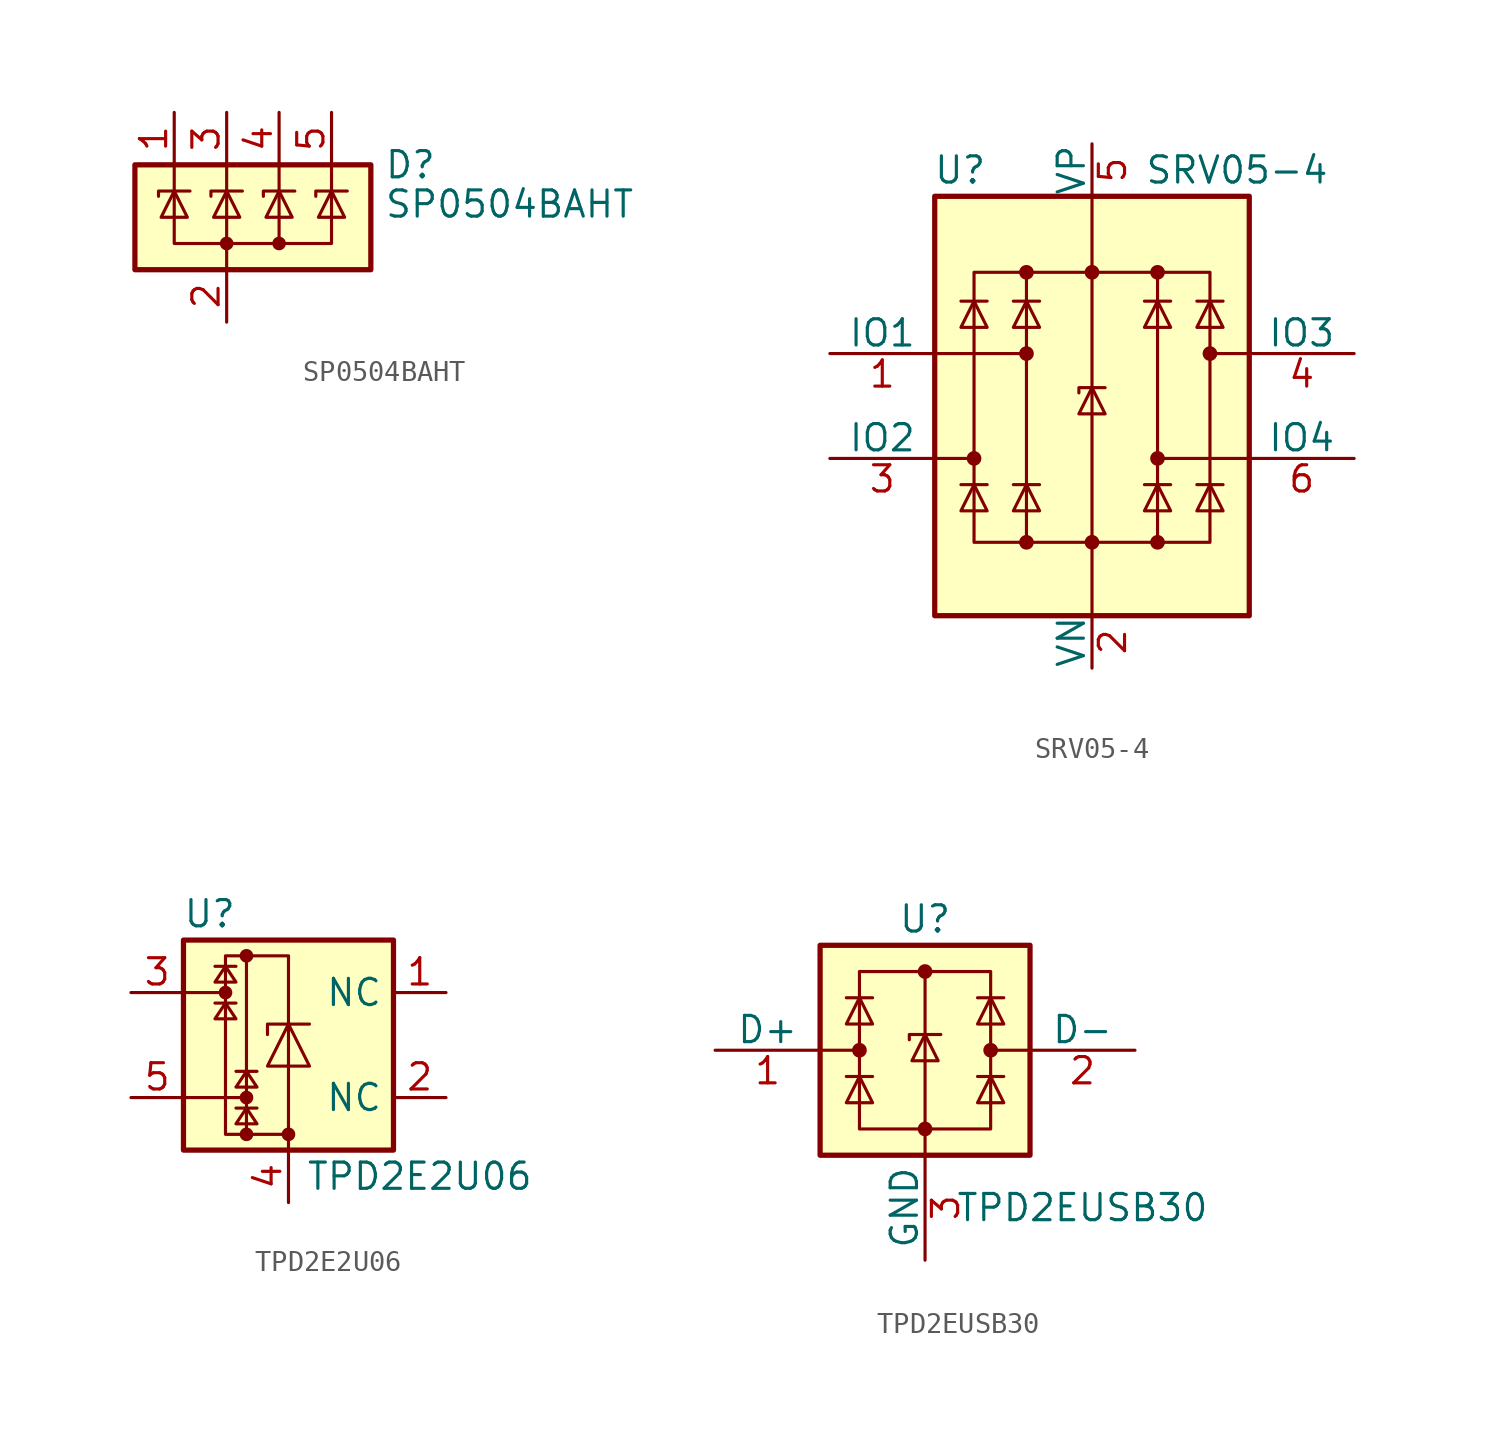
<source format=kicad_sym>
(kicad_symbol_lib
  (version 20211014)
  (generator kicad_symbol_editor)
  (symbol "SP0504BAHT"
    (pin_names hide)
    (property "Reference" "D"
      (at 7.62 2.54 0)
      (effects (font (size 1.27 1.27)) (justify left)))
    (property "Value" "SP0504BAHT"
      (at 7.62 0.635 0)
      (effects (font (size 1.27 1.27)) (justify left)))
    (symbol "SP0504BAHT_0_0"
      (pin passive line (at 0 -5.08 90) (length 2.54) (name "A" (effects (font (size 1.27 1.27)))) (number "2" (effects (font (size 1.27 1.27))))))
    (symbol "SP0504BAHT_0_1"
      (rectangle (start -4.445 2.54) (end 6.985 -2.54) (stroke (width 0.254) (type default) (color 0 0 0 0)) (fill (type background)))
      (circle (center 0 -1.27) (radius 0.254) (stroke (width 0) (type default) (color 0 0 0 0)) (fill (type outline)))
      (polyline (pts (xy -2.54 2.54) (xy -2.54 1.27)) (stroke (width 0) (type default) (color 0 0 0 0)) (fill (type none)))
      (polyline (pts (xy 0 -1.27) (xy 0 -2.54)) (stroke (width 0) (type default) (color 0 0 0 0)) (fill (type none)))
      (polyline (pts (xy 0 -1.27) (xy 0 1.27)) (stroke (width 0) (type default) (color 0 0 0 0)) (fill (type none)))
      (polyline (pts (xy 0 2.54) (xy 0 1.27)) (stroke (width 0) (type default) (color 0 0 0 0)) (fill (type none)))
      (polyline (pts (xy 2.54 2.54) (xy 2.54 1.27)) (stroke (width 0) (type default) (color 0 0 0 0)) (fill (type none)))
      (polyline (pts (xy 5.08 2.54) (xy 5.08 1.27)) (stroke (width 0) (type default) (color 0 0 0 0)) (fill (type none)))
      (polyline (pts (xy -3.302 1.016) (xy -3.302 1.27) (xy -1.778 1.27)) (stroke (width 0) (type default) (color 0 0 0 0)) (fill (type none)))
      (polyline (pts (xy 0.762 1.27) (xy -0.762 1.27) (xy -0.762 1.016)) (stroke (width 0) (type default) (color 0 0 0 0)) (fill (type none)))
      (polyline (pts (xy 5.08 1.27) (xy 5.08 -1.27) (xy 2.54 -1.27)) (stroke (width 0) (type default) (color 0 0 0 0)) (fill (type none)))
      (polyline (pts (xy -2.54 1.27) (xy -2.54 -1.27) (xy 2.54 -1.27) (xy 2.54 1.27)) (stroke (width 0) (type default) (color 0 0 0 0)) (fill (type none)))
      (polyline (pts (xy -2.54 1.27) (xy -1.905 0) (xy -3.175 0) (xy -2.54 1.27)) (stroke (width 0) (type default) (color 0 0 0 0)) (fill (type none)))
      (polyline (pts (xy 0.635 0) (xy -0.635 0) (xy 0 1.27) (xy 0.635 0)) (stroke (width 0) (type default) (color 0 0 0 0)) (fill (type none)))
      (polyline (pts (xy 1.778 1.016) (xy 1.778 1.27) (xy 3.175 1.27) (xy 3.302 1.27)) (stroke (width 0) (type default) (color 0 0 0 0)) (fill (type none)))
      (polyline (pts (xy 2.54 1.27) (xy 1.905 0) (xy 3.175 0) (xy 2.54 1.27)) (stroke (width 0) (type default) (color 0 0 0 0)) (fill (type none)))
      (polyline (pts (xy 4.318 1.016) (xy 4.318 1.27) (xy 5.715 1.27) (xy 5.842 1.27)) (stroke (width 0) (type default) (color 0 0 0 0)) (fill (type none)))
      (polyline (pts (xy 5.08 1.27) (xy 4.445 0) (xy 5.715 0) (xy 5.08 1.27)) (stroke (width 0) (type default) (color 0 0 0 0)) (fill (type none)))
      (circle (center 2.54 -1.27) (radius 0.254) (stroke (width 0) (type default) (color 0 0 0 0)) (fill (type outline))))
    (symbol "SP0504BAHT_1_1"
      (pin passive line (at -2.54 5.08 270) (length 2.54) (name "K" (effects (font (size 1.27 1.27)))) (number "1" (effects (font (size 1.27 1.27)))))
      (pin passive line (at 0 5.08 270) (length 2.54) (name "K" (effects (font (size 1.27 1.27)))) (number "3" (effects (font (size 1.27 1.27)))))
      (pin passive line (at 2.54 5.08 270) (length 2.54) (name "K" (effects (font (size 1.27 1.27)))) (number "4" (effects (font (size 1.27 1.27)))))
      (pin passive line (at 5.08 5.08 270) (length 2.54) (name "K" (effects (font (size 1.27 1.27)))) (number "5" (effects (font (size 1.27 1.27)))))))
  (symbol "SRV05-4"
    (pin_names
      (offset 0))
    (property "Reference" "U"
      (at -5.08 11.43 0)
      (effects (font (size 1.27 1.27)) (justify right)))
    (property "Value" "SRV05-4"
      (at 2.54 11.43 0)
      (effects (font (size 1.27 1.27)) (justify left)))
    (symbol "SRV05-4_0_0"
      (rectangle (start -5.715 6.477) (end 5.715 -6.604) (stroke (width 0) (type default) (color 0 0 0 0)) (fill (type none)))
      (polyline (pts (xy -3.175 -6.604) (xy -3.175 6.477)) (stroke (width 0) (type default) (color 0 0 0 0)) (fill (type none)))
      (polyline (pts (xy 3.175 6.477) (xy 3.175 -6.604)) (stroke (width 0) (type default) (color 0 0 0 0)) (fill (type none))))
    (symbol "SRV05-4_0_1"
      (rectangle (start -7.62 10.16) (end 7.62 -10.16) (stroke (width 0.254) (type default) (color 0 0 0 0)) (fill (type background)))
      (circle (center -5.715 -2.54) (radius 0.279) (stroke (width 0) (type default) (color 0 0 0 0)) (fill (type outline)))
      (circle (center -3.175 -6.604) (radius 0.279) (stroke (width 0) (type default) (color 0 0 0 0)) (fill (type outline)))
      (circle (center -3.175 2.54) (radius 0.279) (stroke (width 0) (type default) (color 0 0 0 0)) (fill (type outline)))
      (circle (center -3.175 6.477) (radius 0.279) (stroke (width 0) (type default) (color 0 0 0 0)) (fill (type outline)))
      (circle (center 0 -6.604) (radius 0.279) (stroke (width 0) (type default) (color 0 0 0 0)) (fill (type outline)))
      (polyline (pts (xy -7.747 2.54) (xy -3.175 2.54)) (stroke (width 0) (type default) (color 0 0 0 0)) (fill (type none)))
      (polyline (pts (xy -7.62 -2.54) (xy -5.715 -2.54)) (stroke (width 0) (type default) (color 0 0 0 0)) (fill (type none)))
      (polyline (pts (xy -5.08 -3.81) (xy -6.35 -3.81)) (stroke (width 0) (type default) (color 0 0 0 0)) (fill (type none)))
      (polyline (pts (xy -5.08 5.08) (xy -6.35 5.08)) (stroke (width 0) (type default) (color 0 0 0 0)) (fill (type none)))
      (polyline (pts (xy -2.54 -3.81) (xy -3.81 -3.81)) (stroke (width 0) (type default) (color 0 0 0 0)) (fill (type none)))
      (polyline (pts (xy -2.54 5.08) (xy -3.81 5.08)) (stroke (width 0) (type default) (color 0 0 0 0)) (fill (type none)))
      (polyline (pts (xy 0 10.16) (xy 0 -10.16)) (stroke (width 0) (type default) (color 0 0 0 0)) (fill (type none)))
      (polyline (pts (xy 3.81 -3.81) (xy 2.54 -3.81)) (stroke (width 0) (type default) (color 0 0 0 0)) (fill (type none)))
      (polyline (pts (xy 3.81 5.08) (xy 2.54 5.08)) (stroke (width 0) (type default) (color 0 0 0 0)) (fill (type none)))
      (polyline (pts (xy 6.35 -3.81) (xy 5.08 -3.81)) (stroke (width 0) (type default) (color 0 0 0 0)) (fill (type none)))
      (polyline (pts (xy 6.35 5.08) (xy 5.08 5.08)) (stroke (width 0) (type default) (color 0 0 0 0)) (fill (type none)))
      (polyline (pts (xy 7.62 -2.54) (xy 3.175 -2.54)) (stroke (width 0) (type default) (color 0 0 0 0)) (fill (type none)))
      (polyline (pts (xy 7.62 2.54) (xy 5.715 2.54)) (stroke (width 0) (type default) (color 0 0 0 0)) (fill (type none)))
      (polyline (pts (xy 0.635 0.889) (xy -0.635 0.889) (xy -0.635 0.635)) (stroke (width 0) (type default) (color 0 0 0 0)) (fill (type none)))
      (polyline (pts (xy -5.08 -5.08) (xy -6.35 -5.08) (xy -5.715 -3.81) (xy -5.08 -5.08)) (stroke (width 0) (type default) (color 0 0 0 0)) (fill (type none)))
      (polyline (pts (xy -5.08 3.81) (xy -6.35 3.81) (xy -5.715 5.08) (xy -5.08 3.81)) (stroke (width 0) (type default) (color 0 0 0 0)) (fill (type none)))
      (polyline (pts (xy -2.54 -5.08) (xy -3.81 -5.08) (xy -3.175 -3.81) (xy -2.54 -5.08)) (stroke (width 0) (type default) (color 0 0 0 0)) (fill (type none)))
      (polyline (pts (xy -2.54 3.81) (xy -3.81 3.81) (xy -3.175 5.08) (xy -2.54 3.81)) (stroke (width 0) (type default) (color 0 0 0 0)) (fill (type none)))
      (polyline (pts (xy 0.635 -0.381) (xy -0.635 -0.381) (xy 0 0.889) (xy 0.635 -0.381)) (stroke (width 0) (type default) (color 0 0 0 0)) (fill (type none)))
      (polyline (pts (xy 3.81 -5.08) (xy 2.54 -5.08) (xy 3.175 -3.81) (xy 3.81 -5.08)) (stroke (width 0) (type default) (color 0 0 0 0)) (fill (type none)))
      (polyline (pts (xy 3.81 3.81) (xy 2.54 3.81) (xy 3.175 5.08) (xy 3.81 3.81)) (stroke (width 0) (type default) (color 0 0 0 0)) (fill (type none)))
      (polyline (pts (xy 6.35 -5.08) (xy 5.08 -5.08) (xy 5.715 -3.81) (xy 6.35 -5.08)) (stroke (width 0) (type default) (color 0 0 0 0)) (fill (type none)))
      (polyline (pts (xy 6.35 3.81) (xy 5.08 3.81) (xy 5.715 5.08) (xy 6.35 3.81)) (stroke (width 0) (type default) (color 0 0 0 0)) (fill (type none)))
      (circle (center 0 6.477) (radius 0.279) (stroke (width 0) (type default) (color 0 0 0 0)) (fill (type outline)))
      (circle (center 3.175 -6.604) (radius 0.279) (stroke (width 0) (type default) (color 0 0 0 0)) (fill (type outline)))
      (circle (center 3.175 -2.54) (radius 0.279) (stroke (width 0) (type default) (color 0 0 0 0)) (fill (type outline)))
      (circle (center 3.175 6.477) (radius 0.279) (stroke (width 0) (type default) (color 0 0 0 0)) (fill (type outline)))
      (circle (center 5.715 2.54) (radius 0.279) (stroke (width 0) (type default) (color 0 0 0 0)) (fill (type outline))))
    (symbol "SRV05-4_1_1"
      (pin passive line (at -12.7 2.54 0) (length 5.08) (name "IO1" (effects (font (size 1.27 1.27)))) (number "1" (effects (font (size 1.27 1.27)))))
      (pin passive line (at 0 -12.7 90) (length 2.54) (name "VN" (effects (font (size 1.27 1.27)))) (number "2" (effects (font (size 1.27 1.27)))))
      (pin passive line (at -12.7 -2.54 0) (length 5.08) (name "IO2" (effects (font (size 1.27 1.27)))) (number "3" (effects (font (size 1.27 1.27)))))
      (pin passive line (at 12.7 2.54 180) (length 5.08) (name "IO3" (effects (font (size 1.27 1.27)))) (number "4" (effects (font (size 1.27 1.27)))))
      (pin passive line (at 0 12.7 270) (length 2.54) (name "VP" (effects (font (size 1.27 1.27)))) (number "5" (effects (font (size 1.27 1.27)))))
      (pin passive line (at 12.7 -2.54 180) (length 5.08) (name "IO4" (effects (font (size 1.27 1.27)))) (number "6" (effects (font (size 1.27 1.27)))))))
  (symbol "TPD2E2U06"
    (property "Reference" "U"
      (at -3.81 6.35 0)
      (effects (font (size 1.27 1.27))))
    (property "Value" "TPD2E2U06"
      (at 6.35 -6.35 0)
      (effects (font (size 1.27 1.27))))
    (symbol "TPD2E2U06_0_1"
      (rectangle (start -5.08 5.08) (end 5.08 -5.08) (stroke (width 0.254) (type default) (color 0 0 0 0)) (fill (type background)))
      (circle (center -3.048 2.54) (radius 0.254) (stroke (width 0) (type default) (color 0 0 0 0)) (fill (type outline)))
      (rectangle (start -3.048 4.318) (end 0 -4.318) (stroke (width 0) (type default) (color 0 0 0 0)) (fill (type none)))
      (circle (center -2.032 -4.318) (radius 0.254) (stroke (width 0) (type default) (color 0 0 0 0)) (fill (type outline)))
      (circle (center -2.032 -2.54) (radius 0.254) (stroke (width 0) (type default) (color 0 0 0 0)) (fill (type outline)))
      (circle (center -2.032 4.318) (radius 0.254) (stroke (width 0) (type default) (color 0 0 0 0)) (fill (type outline)))
      (circle (center 0 -4.318) (radius 0.254) (stroke (width 0) (type default) (color 0 0 0 0)) (fill (type outline)))
      (polyline (pts (xy -3.048 2.54) (xy -5.08 2.54)) (stroke (width 0) (type default) (color 0 0 0 0)) (fill (type none)))
      (polyline (pts (xy -2.54 2.032) (xy -3.556 2.032)) (stroke (width 0) (type default) (color 0 0 0 0)) (fill (type none)))
      (polyline (pts (xy -2.54 3.81) (xy -3.556 3.81)) (stroke (width 0) (type default) (color 0 0 0 0)) (fill (type none)))
      (polyline (pts (xy -2.032 -4.318) (xy -2.032 4.318)) (stroke (width 0) (type default) (color 0 0 0 0)) (fill (type none)))
      (polyline (pts (xy -2.032 -2.54) (xy -5.08 -2.54)) (stroke (width 0) (type default) (color 0 0 0 0)) (fill (type none)))
      (polyline (pts (xy -1.524 -3.048) (xy -2.54 -3.048)) (stroke (width 0) (type default) (color 0 0 0 0)) (fill (type none)))
      (polyline (pts (xy -1.524 -1.27) (xy -2.54 -1.27)) (stroke (width 0) (type default) (color 0 0 0 0)) (fill (type none)))
      (polyline (pts (xy 0 -4.318) (xy 0 -5.08)) (stroke (width 0) (type default) (color 0 0 0 0)) (fill (type none)))
      (polyline (pts (xy 1.016 1.016) (xy -1.016 1.016) (xy -1.016 0.508)) (stroke (width 0) (type default) (color 0 0 0 0)) (fill (type none)))
      (polyline (pts (xy -3.048 2.032) (xy -3.556 1.27) (xy -2.54 1.27) (xy -3.048 2.032)) (stroke (width 0) (type default) (color 0 0 0 0)) (fill (type none)))
      (polyline (pts (xy -3.048 3.81) (xy -3.556 3.048) (xy -2.54 3.048) (xy -3.048 3.81)) (stroke (width 0) (type default) (color 0 0 0 0)) (fill (type none)))
      (polyline (pts (xy -2.032 -3.048) (xy -2.54 -3.81) (xy -1.524 -3.81) (xy -2.032 -3.048)) (stroke (width 0) (type default) (color 0 0 0 0)) (fill (type none)))
      (polyline (pts (xy -2.032 -1.27) (xy -2.54 -2.032) (xy -1.524 -2.032) (xy -2.032 -1.27)) (stroke (width 0) (type default) (color 0 0 0 0)) (fill (type none)))
      (polyline (pts (xy 0 1.016) (xy 1.016 -1.016) (xy -1.016 -1.016) (xy 0 1.016)) (stroke (width 0) (type default) (color 0 0 0 0)) (fill (type none))))
    (symbol "TPD2E2U06_1_1"
      (pin passive line (at 7.62 2.54 180) (length 2.54) (name "NC" (effects (font (size 1.27 1.27)))) (number "1" (effects (font (size 1.27 1.27)))))
      (pin passive line (at 7.62 -2.54 180) (length 2.54) (name "NC" (effects (font (size 1.27 1.27)))) (number "2" (effects (font (size 1.27 1.27)))))
      (pin passive line (at -7.62 2.54 0) (length 2.54) (name "~" (effects (font (size 1.27 1.27)))) (number "3" (effects (font (size 1.27 1.27)))))
      (pin passive line (at 0 -7.62 90) (length 2.54) (name "~" (effects (font (size 1.27 1.27)))) (number "4" (effects (font (size 1.27 1.27)))))
      (pin passive line (at -7.62 -2.54 0) (length 2.54) (name "~" (effects (font (size 1.27 1.27)))) (number "5" (effects (font (size 1.27 1.27)))))))
  (symbol "TPD2EUSB30"
    (pin_names
      (offset 0))
    (property "Reference" "U"
      (at 0 6.35 0)
      (effects (font (size 1.27 1.27))))
    (property "Value" "TPD2EUSB30"
      (at 7.62 -7.62 0)
      (effects (font (size 1.27 1.27))))
    (symbol "TPD2EUSB30_0_1"
      (rectangle (start -5.08 5.08) (end 5.08 -5.08) (stroke (width 0.254) (type default) (color 0 0 0 0)) (fill (type background)))
      (circle (center -3.175 0) (radius 0.279) (stroke (width 0) (type default) (color 0 0 0 0)) (fill (type outline)))
      (rectangle (start -3.175 3.81) (end 3.175 -3.81) (stroke (width 0) (type default) (color 0 0 0 0)) (fill (type none)))
      (circle (center 0 -3.81) (radius 0.279) (stroke (width 0) (type default) (color 0 0 0 0)) (fill (type outline)))
      (polyline (pts (xy -5.08 0) (xy -3.175 0)) (stroke (width 0) (type default) (color 0 0 0 0)) (fill (type none)))
      (polyline (pts (xy -3.81 -1.27) (xy -2.54 -1.27)) (stroke (width 0) (type default) (color 0 0 0 0)) (fill (type none)))
      (polyline (pts (xy -3.81 2.54) (xy -2.54 2.54)) (stroke (width 0) (type default) (color 0 0 0 0)) (fill (type none)))
      (polyline (pts (xy 0 3.81) (xy 0 -5.08)) (stroke (width 0) (type default) (color 0 0 0 0)) (fill (type none)))
      (polyline (pts (xy 2.54 -1.27) (xy 3.81 -1.27)) (stroke (width 0) (type default) (color 0 0 0 0)) (fill (type none)))
      (polyline (pts (xy 2.54 2.54) (xy 3.81 2.54)) (stroke (width 0) (type default) (color 0 0 0 0)) (fill (type none)))
      (polyline (pts (xy 5.08 0) (xy 3.175 0)) (stroke (width 0) (type default) (color 0 0 0 0)) (fill (type none)))
      (polyline (pts (xy 0.762 0.762) (xy -0.762 0.762) (xy -0.762 0.508)) (stroke (width 0) (type default) (color 0 0 0 0)) (fill (type none)))
      (polyline (pts (xy -2.54 -2.54) (xy -3.81 -2.54) (xy -3.175 -1.27) (xy -2.54 -2.54)) (stroke (width 0) (type default) (color 0 0 0 0)) (fill (type none)))
      (polyline (pts (xy -2.54 1.27) (xy -3.81 1.27) (xy -3.175 2.54) (xy -2.54 1.27)) (stroke (width 0) (type default) (color 0 0 0 0)) (fill (type none)))
      (polyline (pts (xy 0.635 -0.508) (xy -0.635 -0.508) (xy 0 0.762) (xy 0.635 -0.508)) (stroke (width 0) (type default) (color 0 0 0 0)) (fill (type none)))
      (polyline (pts (xy 3.81 -2.54) (xy 2.54 -2.54) (xy 3.175 -1.27) (xy 3.81 -2.54)) (stroke (width 0) (type default) (color 0 0 0 0)) (fill (type none)))
      (polyline (pts (xy 3.81 1.27) (xy 2.54 1.27) (xy 3.175 2.54) (xy 3.81 1.27)) (stroke (width 0) (type default) (color 0 0 0 0)) (fill (type none)))
      (circle (center 0 3.81) (radius 0.279) (stroke (width 0) (type default) (color 0 0 0 0)) (fill (type outline)))
      (circle (center 3.175 0) (radius 0.279) (stroke (width 0) (type default) (color 0 0 0 0)) (fill (type outline))))
    (symbol "TPD2EUSB30_1_1"
      (pin passive line (at -10.16 0 0) (length 5.08) (name "D+" (effects (font (size 1.27 1.27)))) (number "1" (effects (font (size 1.27 1.27)))))
      (pin passive line (at 10.16 0 180) (length 5.08) (name "D-" (effects (font (size 1.27 1.27)))) (number "2" (effects (font (size 1.27 1.27)))))
      (pin passive line (at 0 -10.16 90) (length 5.08) (name "GND" (effects (font (size 1.27 1.27)))) (number "3" (effects (font (size 1.27 1.27))))))))
</source>
